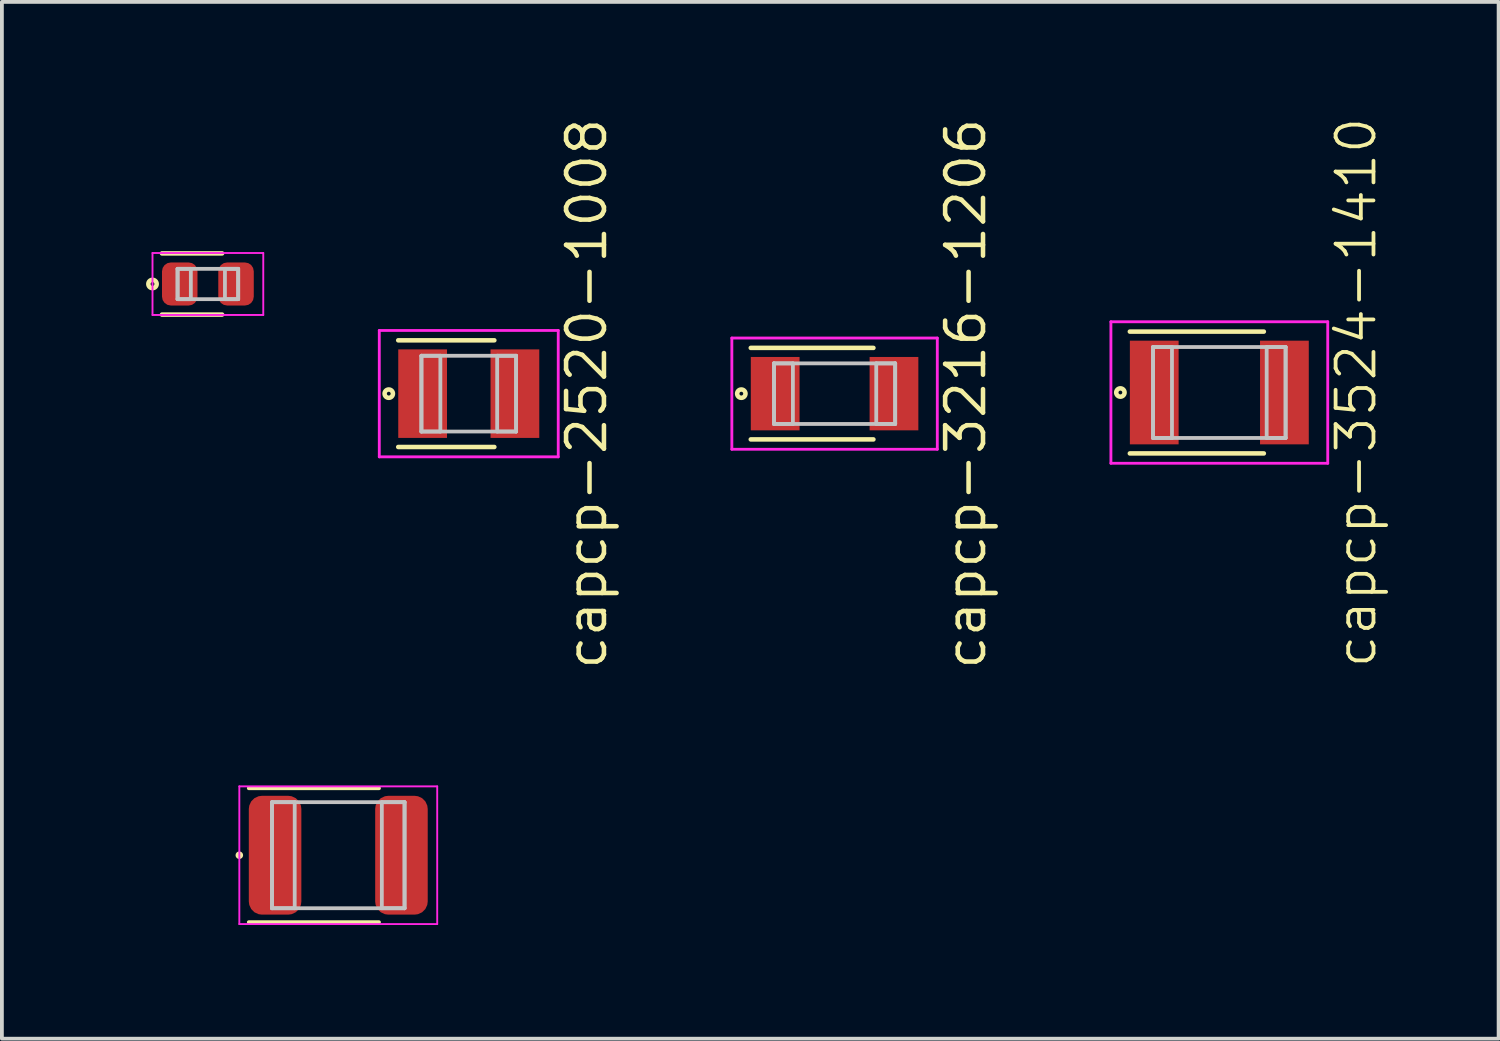
<source format=kicad_pcb>
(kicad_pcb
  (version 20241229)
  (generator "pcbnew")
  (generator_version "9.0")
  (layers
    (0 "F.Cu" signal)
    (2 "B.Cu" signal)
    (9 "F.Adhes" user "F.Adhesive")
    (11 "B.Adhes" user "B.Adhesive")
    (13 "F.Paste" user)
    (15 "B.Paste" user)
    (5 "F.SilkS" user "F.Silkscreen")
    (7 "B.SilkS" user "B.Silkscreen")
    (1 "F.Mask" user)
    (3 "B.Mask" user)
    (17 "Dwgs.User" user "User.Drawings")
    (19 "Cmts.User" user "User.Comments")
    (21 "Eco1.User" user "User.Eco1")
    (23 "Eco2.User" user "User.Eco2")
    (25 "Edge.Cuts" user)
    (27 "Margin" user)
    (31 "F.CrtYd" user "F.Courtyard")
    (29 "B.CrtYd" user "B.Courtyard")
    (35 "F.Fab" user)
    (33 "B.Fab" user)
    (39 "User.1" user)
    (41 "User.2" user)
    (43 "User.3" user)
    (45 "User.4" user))
  (footprint "capcp-2520-1008"
    (layer "F.Cu")
    (at 9.325 7.342)
    (property "Reference" "capcp-2520-1008" (at 3.112 0 90) (layer "F.SilkS") (effects (font (size 1 1) (thickness 0.12))))
    (attr through_hole)
    (fp_line (start -1.862 -1.408) (end 0.675 -1.408) (stroke (width 0.12) (type solid)) (layer "F.SilkS"))
    (fp_line (start -1.862 1.408) (end 0.675 1.408) (stroke (width 0.12) (type solid)) (layer "F.SilkS"))
    (fp_circle (center -2.112 0) (end -2.062 0) (stroke (width 0.12) (type solid)) (fill no) (layer "F.SilkS"))
    (fp_line (start -1.25 -1) (end -1.25 1) (stroke (width 0.1) (type solid)) (layer "Dwgs.User"))
    (fp_line (start -1.25 -1) (end -1.25 1) (stroke (width 0.1) (type solid)) (layer "Dwgs.User"))
    (fp_line (start -1.25 1) (end -0.75 1) (stroke (width 0.1) (type solid)) (layer "Dwgs.User"))
    (fp_line (start -1.25 1) (end 1.25 1) (stroke (width 0.1) (type solid)) (layer "Dwgs.User"))
    (fp_line (start -0.75 -1) (end -1.25 -1) (stroke (width 0.1) (type solid)) (layer "Dwgs.User"))
    (fp_line (start -0.75 1) (end -0.75 -1) (stroke (width 0.1) (type solid)) (layer "Dwgs.User"))
    (fp_line (start 0.75 -1) (end 0.75 1) (stroke (width 0.1) (type solid)) (layer "Dwgs.User"))
    (fp_line (start 0.75 1) (end 1.25 1) (stroke (width 0.1) (type solid)) (layer "Dwgs.User"))
    (fp_line (start 1.25 -1) (end -1.25 -1) (stroke (width 0.1) (type solid)) (layer "Dwgs.User"))
    (fp_line (start 1.25 -1) (end 0.75 -1) (stroke (width 0.1) (type solid)) (layer "Dwgs.User"))
    (fp_line (start 1.25 1) (end 1.25 -1) (stroke (width 0.1) (type solid)) (layer "Dwgs.User"))
    (fp_line (start 1.25 1) (end 1.25 -1) (stroke (width 0.1) (type solid)) (layer "Dwgs.User"))
    (fp_line (start -2.362 -1.668) (end -2.362 1.668) (stroke (width 0.075) (type solid)) (layer "F.CrtYd"))
    (fp_line (start -2.362 1.668) (end 2.362 1.668) (stroke (width 0.075) (type solid)) (layer "F.CrtYd"))
    (fp_line (start 2.362 -1.668) (end -2.362 -1.668) (stroke (width 0.075) (type solid)) (layer "F.CrtYd"))
    (fp_line (start 2.362 1.668) (end 2.362 -1.668) (stroke (width 0.075) (type solid)) (layer "F.CrtYd"))
    (pad "1" smd rect (at -1.218 0) (size 1.287 2.337) (layers "F.Cu" "F.Mask" "F.Paste"))
    (pad "2" smd rect (at 1.218 0) (size 1.287 2.337) (layers "F.Cu" "F.Mask" "F.Paste")))
  (footprint "capcp-1608-0603"
    (layer "F.Cu")
    (at 2.438 4.447)
    (property "Reference" "capcp-1608-0603" (at -1.912 0 90) (layer "User.1") (effects (font (size 0.6 0.6) (thickness 0.1))))
    (attr through_hole)
    (fp_line (start -1.212 -0.808) (end 0.375 -0.808) (stroke (width 0.12) (type solid)) (layer "F.SilkS"))
    (fp_line (start -1.212 0.808) (end 0.375 0.808) (stroke (width 0.12) (type solid)) (layer "F.SilkS"))
    (fp_circle (center -1.462 0) (end -1.412 0) (stroke (width 0.12) (type solid)) (fill no) (layer "F.SilkS"))
    (fp_line (start -0.8 -0.4) (end -0.8 0.4) (stroke (width 0.1) (type solid)) (layer "Dwgs.User"))
    (fp_line (start -0.8 -0.4) (end -0.8 0.4) (stroke (width 0.1) (type solid)) (layer "Dwgs.User"))
    (fp_line (start -0.8 0.4) (end -0.45 0.4) (stroke (width 0.1) (type solid)) (layer "Dwgs.User"))
    (fp_line (start -0.8 0.4) (end 0.8 0.4) (stroke (width 0.1) (type solid)) (layer "Dwgs.User"))
    (fp_line (start -0.45 -0.4) (end -0.8 -0.4) (stroke (width 0.1) (type solid)) (layer "Dwgs.User"))
    (fp_line (start -0.45 0.4) (end -0.45 -0.4) (stroke (width 0.1) (type solid)) (layer "Dwgs.User"))
    (fp_line (start 0.45 -0.4) (end 0.45 0.4) (stroke (width 0.1) (type solid)) (layer "Dwgs.User"))
    (fp_line (start 0.45 0.4) (end 0.8 0.4) (stroke (width 0.1) (type solid)) (layer "Dwgs.User"))
    (fp_line (start 0.8 -0.4) (end -0.8 -0.4) (stroke (width 0.1) (type solid)) (layer "Dwgs.User"))
    (fp_line (start 0.8 -0.4) (end 0.45 -0.4) (stroke (width 0.1) (type solid)) (layer "Dwgs.User"))
    (fp_line (start 0.8 0.4) (end 0.8 -0.4) (stroke (width 0.1) (type solid)) (layer "Dwgs.User"))
    (fp_line (start 0.8 0.4) (end 0.8 -0.4) (stroke (width 0.1) (type solid)) (layer "Dwgs.User"))
    (fp_line (start -1.462 -0.818) (end -1.462 0.818) (stroke (width 0.05) (type solid)) (layer "F.CrtYd"))
    (fp_line (start -1.462 0.818) (end 1.462 0.818) (stroke (width 0.05) (type solid)) (layer "F.CrtYd"))
    (fp_line (start 1.462 -0.818) (end -1.462 -0.818) (stroke (width 0.05) (type solid)) (layer "F.CrtYd"))
    (fp_line (start 1.462 0.818) (end 1.462 -0.818) (stroke (width 0.05) (type solid)) (layer "F.CrtYd"))
    (pad "1" smd roundrect (at -0.743 0) (size 0.937 1.137) (layers "F.Cu" "F.Mask" "F.Paste") (roundrect_rratio 0.25))
    (pad "2" smd roundrect (at 0.743 0) (size 0.937 1.137) (layers "F.Cu" "F.Mask" "F.Paste") (roundrect_rratio 0.25)))
  (footprint "capcp-3528-1411"
    (layer "F.Cu")
    (at 5.88 19.527)
    (property "Reference" "capcp-3528-1411" (at 0 0 0) (layer "User.1") (effects (font (size 0.8 0.8) (thickness 0.1))))
    (attr through_hole)
    (fp_line (start -2.362 -1.768) (end 1.075 -1.768) (stroke (width 0.1) (type solid)) (layer "F.SilkS"))
    (fp_line (start -2.362 1.768) (end 1.075 1.768) (stroke (width 0.1) (type solid)) (layer "F.SilkS"))
    (fp_circle (center -2.612 0) (end -2.562 0) (stroke (width 0.1) (type solid)) (fill no) (layer "F.SilkS"))
    (fp_line (start -1.75 -1.4) (end -1.75 1.4) (stroke (width 0.1) (type solid)) (layer "Dwgs.User"))
    (fp_line (start -1.75 -1.4) (end -1.75 1.4) (stroke (width 0.1) (type solid)) (layer "Dwgs.User"))
    (fp_line (start -1.75 1.4) (end -1.15 1.4) (stroke (width 0.1) (type solid)) (layer "Dwgs.User"))
    (fp_line (start -1.75 1.4) (end 1.75 1.4) (stroke (width 0.1) (type solid)) (layer "Dwgs.User"))
    (fp_line (start -1.15 -1.4) (end -1.75 -1.4) (stroke (width 0.1) (type solid)) (layer "Dwgs.User"))
    (fp_line (start -1.15 1.4) (end -1.15 -1.4) (stroke (width 0.1) (type solid)) (layer "Dwgs.User"))
    (fp_line (start 1.15 -1.4) (end 1.15 1.4) (stroke (width 0.1) (type solid)) (layer "Dwgs.User"))
    (fp_line (start 1.15 1.4) (end 1.75 1.4) (stroke (width 0.1) (type solid)) (layer "Dwgs.User"))
    (fp_line (start 1.75 -1.4) (end -1.75 -1.4) (stroke (width 0.1) (type solid)) (layer "Dwgs.User"))
    (fp_line (start 1.75 -1.4) (end 1.15 -1.4) (stroke (width 0.1) (type solid)) (layer "Dwgs.User"))
    (fp_line (start 1.75 1.4) (end 1.75 -1.4) (stroke (width 0.1) (type solid)) (layer "Dwgs.User"))
    (fp_line (start 1.75 1.4) (end 1.75 -1.4) (stroke (width 0.1) (type solid)) (layer "Dwgs.User"))
    (fp_line (start -2.612 -1.818) (end -2.612 1.818) (stroke (width 0.05) (type solid)) (layer "F.CrtYd"))
    (fp_line (start -2.612 1.818) (end 2.612 1.818) (stroke (width 0.05) (type solid)) (layer "F.CrtYd"))
    (fp_line (start 2.612 -1.818) (end -2.612 -1.818) (stroke (width 0.05) (type solid)) (layer "F.CrtYd"))
    (fp_line (start 2.612 1.818) (end 2.612 -1.818) (stroke (width 0.05) (type solid)) (layer "F.CrtYd"))
    (pad "1" smd roundrect (at -1.668 0) (size 1.387 3.137) (layers "F.Cu" "F.Mask" "F.Paste") (roundrect_rratio 0.25))
    (pad "2" smd roundrect (at 1.668 0) (size 1.387 3.137) (layers "F.Cu" "F.Mask" "F.Paste") (roundrect_rratio 0.25)))
  (footprint "capcp-3216-1206"
    (layer "F.Cu")
    (at 18.982 7.342)
    (property "Reference" "capcp-3216-1206" (at 3.462 0 90) (layer "F.SilkS") (effects (font (size 1 1) (thickness 0.12))))
    (attr through_hole)
    (fp_line (start -2.212 -1.208) (end 1.025 -1.208) (stroke (width 0.12) (type solid)) (layer "F.SilkS"))
    (fp_line (start -2.212 1.208) (end 1.025 1.208) (stroke (width 0.12) (type solid)) (layer "F.SilkS"))
    (fp_circle (center -2.462 0) (end -2.412 0) (stroke (width 0.12) (type solid)) (fill no) (layer "F.SilkS"))
    (fp_line (start -1.6 -0.8) (end -1.6 0.8) (stroke (width 0.1) (type solid)) (layer "Dwgs.User"))
    (fp_line (start -1.6 -0.8) (end -1.6 0.8) (stroke (width 0.1) (type solid)) (layer "Dwgs.User"))
    (fp_line (start -1.6 0.8) (end -1.1 0.8) (stroke (width 0.1) (type solid)) (layer "Dwgs.User"))
    (fp_line (start -1.6 0.8) (end 1.6 0.8) (stroke (width 0.1) (type solid)) (layer "Dwgs.User"))
    (fp_line (start -1.1 -0.8) (end -1.6 -0.8) (stroke (width 0.1) (type solid)) (layer "Dwgs.User"))
    (fp_line (start -1.1 0.8) (end -1.1 -0.8) (stroke (width 0.1) (type solid)) (layer "Dwgs.User"))
    (fp_line (start 1.1 -0.8) (end 1.1 0.8) (stroke (width 0.1) (type solid)) (layer "Dwgs.User"))
    (fp_line (start 1.1 0.8) (end 1.6 0.8) (stroke (width 0.1) (type solid)) (layer "Dwgs.User"))
    (fp_line (start 1.6 -0.8) (end -1.6 -0.8) (stroke (width 0.1) (type solid)) (layer "Dwgs.User"))
    (fp_line (start 1.6 -0.8) (end 1.1 -0.8) (stroke (width 0.1) (type solid)) (layer "Dwgs.User"))
    (fp_line (start 1.6 0.8) (end 1.6 -0.8) (stroke (width 0.1) (type solid)) (layer "Dwgs.User"))
    (fp_line (start 1.6 0.8) (end 1.6 -0.8) (stroke (width 0.1) (type solid)) (layer "Dwgs.User"))
    (fp_line (start -2.712 -1.468) (end -2.712 1.468) (stroke (width 0.075) (type solid)) (layer "F.CrtYd"))
    (fp_line (start -2.712 1.468) (end 2.712 1.468) (stroke (width 0.075) (type solid)) (layer "F.CrtYd"))
    (fp_line (start 2.712 -1.468) (end -2.712 -1.468) (stroke (width 0.075) (type solid)) (layer "F.CrtYd"))
    (fp_line (start 2.712 1.468) (end 2.712 -1.468) (stroke (width 0.075) (type solid)) (layer "F.CrtYd"))
    (pad "1" smd rect (at -1.568 0) (size 1.287 1.937) (layers "F.Cu" "F.Mask" "F.Paste"))
    (pad "2" smd rect (at 1.568 0) (size 1.287 1.937) (layers "F.Cu" "F.Mask" "F.Paste")))
  (footprint "capcp-3524-1410"
    (layer "F.Cu")
    (at 29.139 7.312)
    (property "Reference" "capcp-3524-1410" (at 3.612 0 90) (layer "F.SilkS") (effects (font (size 1 1) (thickness 0.1))))
    (attr through_hole)
    (fp_line (start -2.362 -1.608) (end 1.175 -1.608) (stroke (width 0.12) (type solid)) (layer "F.SilkS"))
    (fp_line (start -2.362 1.608) (end 1.175 1.608) (stroke (width 0.12) (type solid)) (layer "F.SilkS"))
    (fp_circle (center -2.612 0) (end -2.562 0) (stroke (width 0.12) (type solid)) (fill no) (layer "F.SilkS"))
    (fp_line (start -1.75 -1.2) (end -1.75 1.2) (stroke (width 0.1) (type solid)) (layer "Dwgs.User"))
    (fp_line (start -1.75 -1.2) (end -1.75 1.2) (stroke (width 0.1) (type solid)) (layer "Dwgs.User"))
    (fp_line (start -1.75 1.2) (end -1.25 1.2) (stroke (width 0.1) (type solid)) (layer "Dwgs.User"))
    (fp_line (start -1.75 1.2) (end 1.75 1.2) (stroke (width 0.1) (type solid)) (layer "Dwgs.User"))
    (fp_line (start -1.25 -1.2) (end -1.75 -1.2) (stroke (width 0.1) (type solid)) (layer "Dwgs.User"))
    (fp_line (start -1.25 1.2) (end -1.25 -1.2) (stroke (width 0.1) (type solid)) (layer "Dwgs.User"))
    (fp_line (start 1.25 -1.2) (end 1.25 1.2) (stroke (width 0.1) (type solid)) (layer "Dwgs.User"))
    (fp_line (start 1.25 1.2) (end 1.75 1.2) (stroke (width 0.1) (type solid)) (layer "Dwgs.User"))
    (fp_line (start 1.75 -1.2) (end -1.75 -1.2) (stroke (width 0.1) (type solid)) (layer "Dwgs.User"))
    (fp_line (start 1.75 -1.2) (end 1.25 -1.2) (stroke (width 0.1) (type solid)) (layer "Dwgs.User"))
    (fp_line (start 1.75 1.2) (end 1.75 -1.2) (stroke (width 0.1) (type solid)) (layer "Dwgs.User"))
    (fp_line (start 1.75 1.2) (end 1.75 -1.2) (stroke (width 0.1) (type solid)) (layer "Dwgs.User"))
    (fp_line (start -2.862 -1.868) (end -2.862 1.868) (stroke (width 0.075) (type solid)) (layer "F.CrtYd"))
    (fp_line (start -2.862 1.868) (end 2.862 1.868) (stroke (width 0.075) (type solid)) (layer "F.CrtYd"))
    (fp_line (start 2.862 -1.868) (end -2.862 -1.868) (stroke (width 0.075) (type solid)) (layer "F.CrtYd"))
    (fp_line (start 2.862 1.868) (end 2.862 -1.868) (stroke (width 0.075) (type solid)) (layer "F.CrtYd"))
    (pad "1" smd rect (at -1.718 0) (size 1.287 2.737) (layers "F.Cu" "F.Mask" "F.Paste"))
    (pad "2" smd rect (at 1.718 0) (size 1.287 2.737) (layers "F.Cu" "F.Mask" "F.Paste")))
  (gr_rect
    (start -3 -3)
    (end 36.512 24.37)
    (stroke (width 0.1) (type default))
    (fill no)
    (layer "Edge.Cuts")))
</source>
